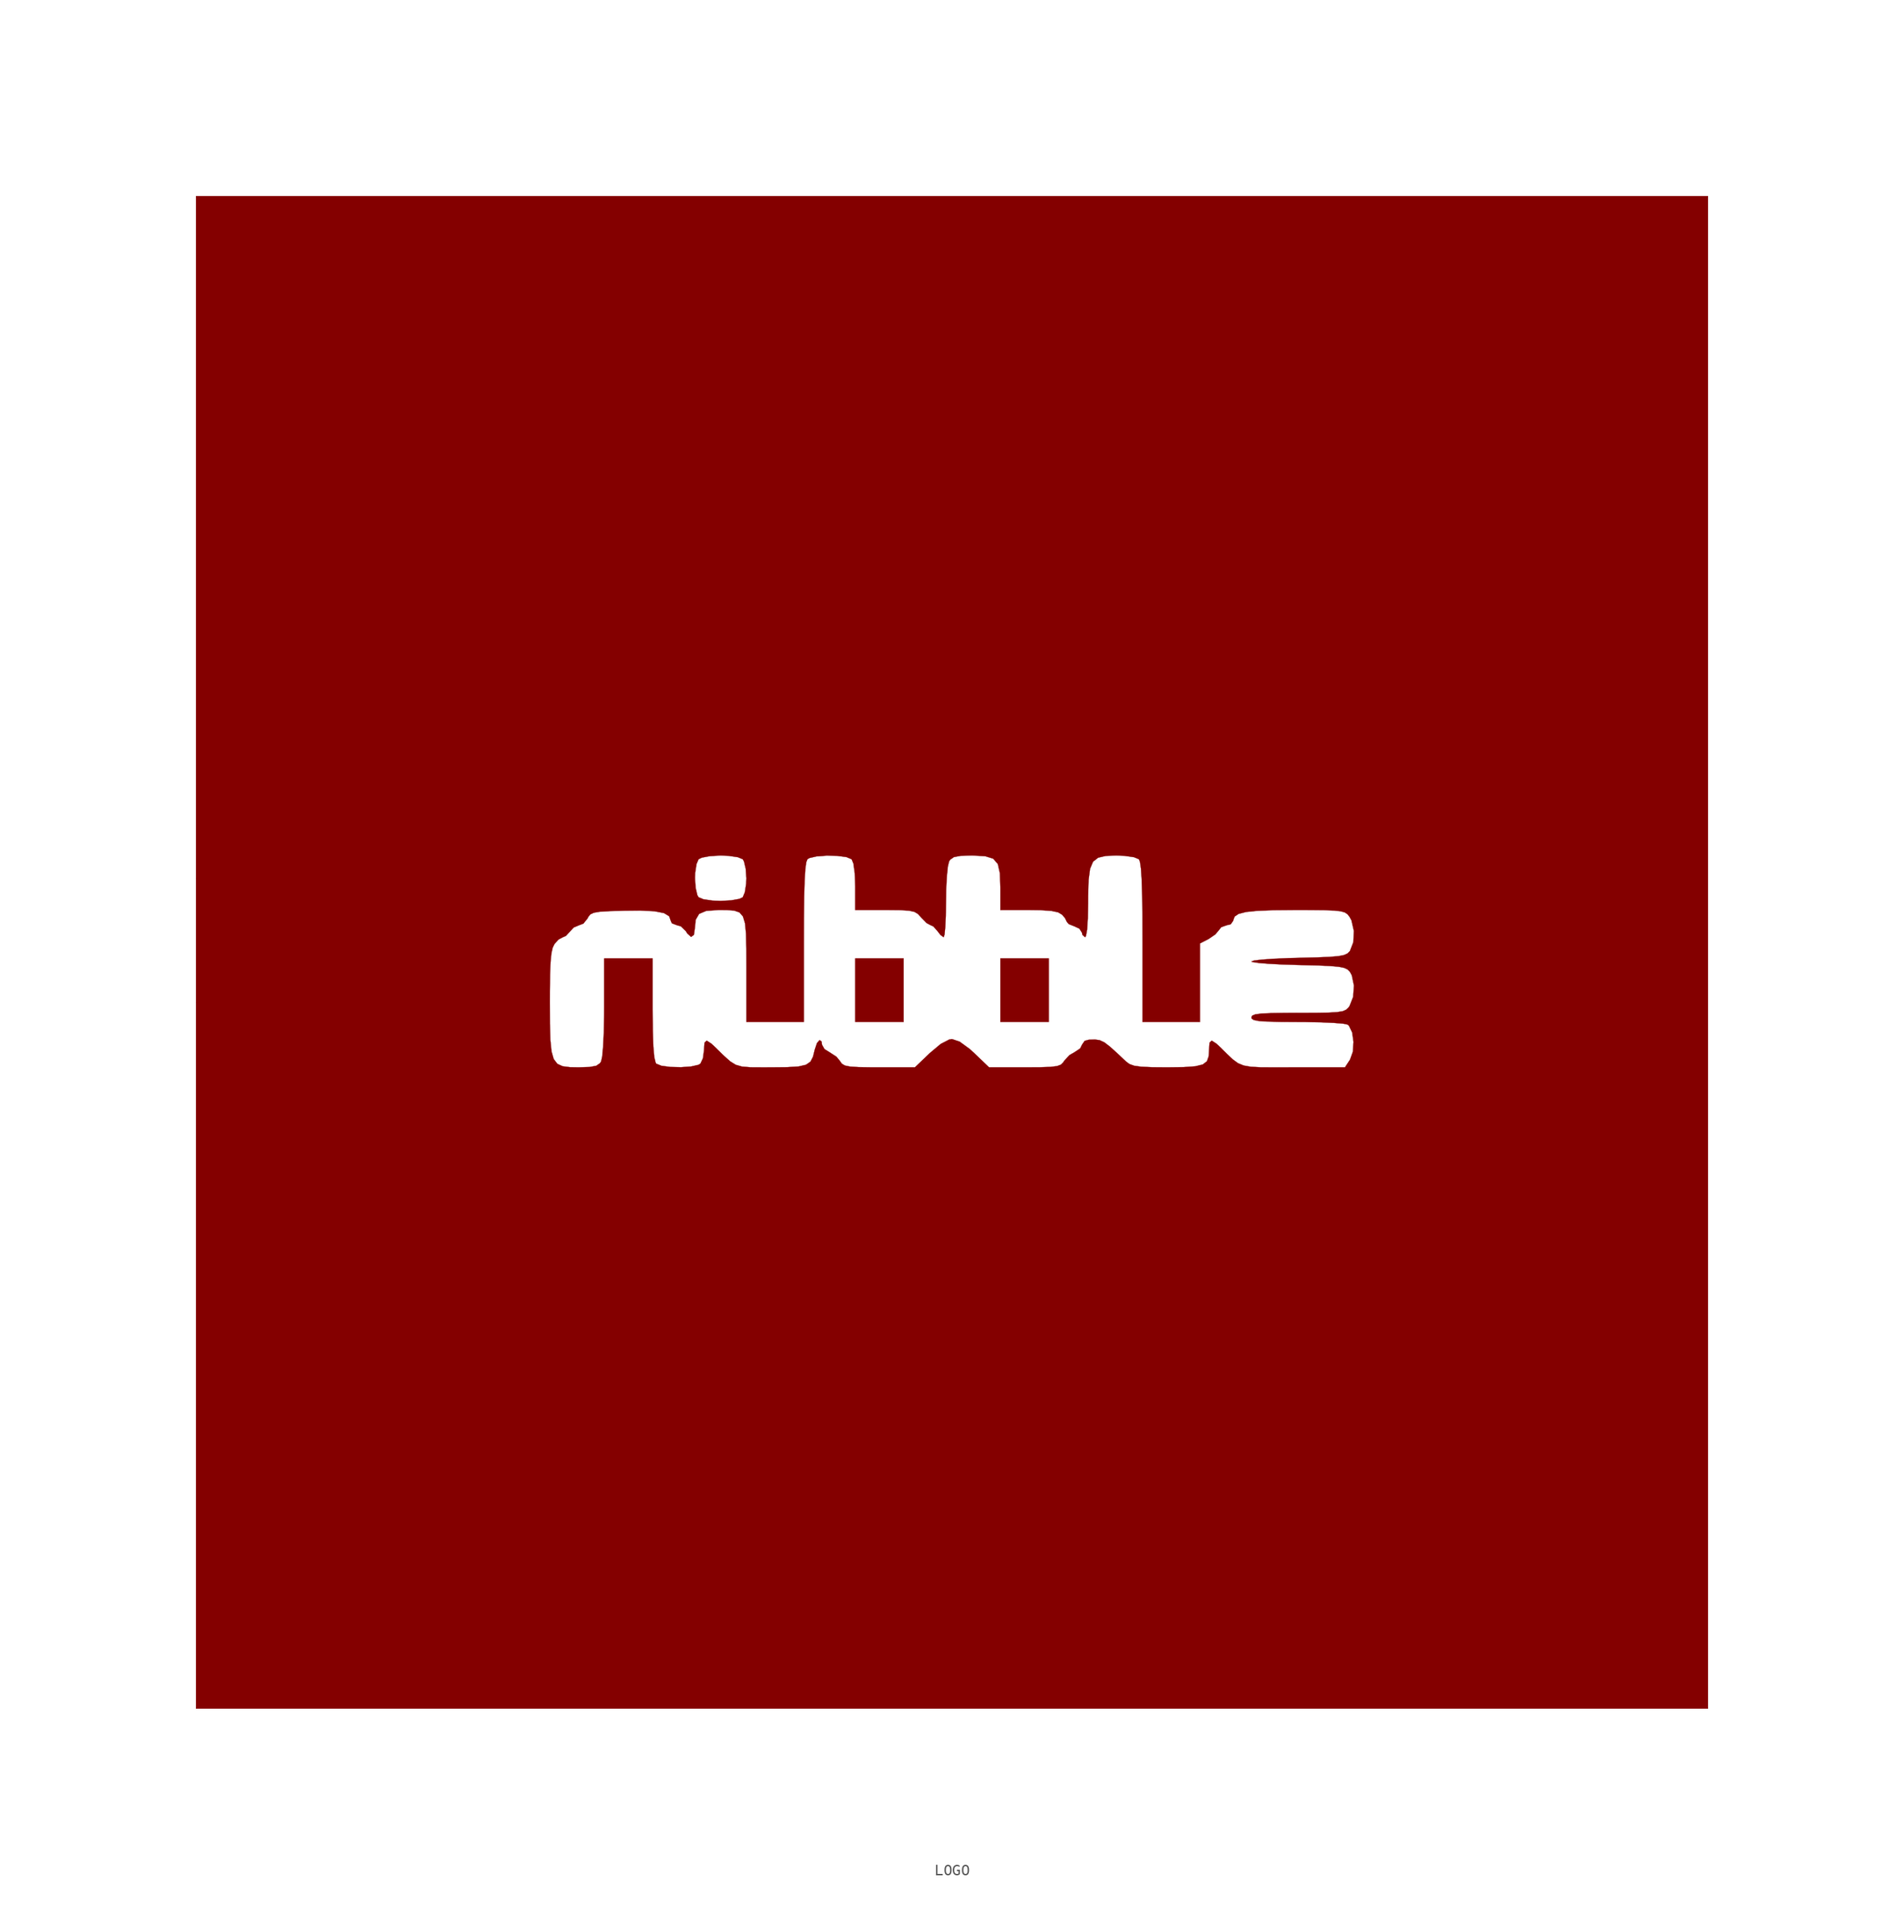
<source format=kicad_sym>
(kicad_symbol_lib
  (version 20220914)
  (generator bitmap2component)
  (symbol "LOGO"
    (pin_names
      (offset 1.016))
    (property "Reference" "#G"
      (at 0 66.918 0)
      (effects (font (size 1.27 1.27)) hide))
    (symbol "LOGO_0_0"
      (polyline (pts (xy 67.553 0) (xy 67.553 67.553) (xy 0 67.553) (xy -67.553 67.553) (xy -67.553 6.62) (xy -22.968 6.62) (xy -22.948 7.11) (xy -22.831 7.879) (xy -22.644 8.322) (xy -22.348 8.462) (xy -21.62 8.596) (xy -20.671 8.647) (xy -19.931 8.616) (xy -19.135 8.499) (xy -18.699 8.322) (xy -18.588 8.129) (xy -18.435 7.478) (xy -18.374 6.62) (xy -18.394 6.13) (xy -18.511 5.361) (xy -18.699 4.918) (xy -18.994 4.778) (xy -19.722 4.645) (xy -20.671 4.594) (xy -21.412 4.624) (xy -22.207 4.741) (xy -22.644 4.918) (xy -22.754 5.112) (xy -22.908 5.763) (xy -22.968 6.62) (xy -67.553 6.62) (xy -67.553 0) (xy -67.553 -4.459) (xy -35.938 -4.459) (xy -35.936 -3.472) (xy -35.916 -1.95) (xy -35.871 -0.847) (xy -35.794 -0.083) (xy -35.678 0.423) (xy -35.518 0.75) (xy -35.155 1.15) (xy -34.772 1.351) (xy -34.498 1.468) (xy -34.109 1.891) (xy -33.804 2.221) (xy -33.298 2.432) (xy -32.937 2.57) (xy -32.557 3.04) (xy -32.496 3.167) (xy -32.319 3.392) (xy -32.008 3.539) (xy -31.46 3.63) (xy -30.574 3.684) (xy -29.249 3.724) (xy -27.865 3.737) (xy -26.585 3.672) (xy -25.74 3.507) (xy -25.273 3.23) (xy -25.13 2.828) (xy -25.032 2.599) (xy -24.599 2.432) (xy -24.224 2.324) (xy -23.779 1.891) (xy -23.663 1.696) (xy -23.312 1.377) (xy -23.063 1.566) (xy -22.968 2.243) (xy -22.905 2.904) (xy -22.597 3.437) (xy -21.95 3.708) (xy -20.87 3.783) (xy -20.125 3.78) (xy -19.46 3.731) (xy -18.99 3.565) (xy -18.679 3.21) (xy -18.496 2.598) (xy -18.406 1.656) (xy -18.377 0.315) (xy -18.374 -1.496) (xy -18.374 -6.215) (xy -15.807 -6.215) (xy -13.24 -6.215) (xy -13.24 0.892) (xy -13.234 3.05) (xy -13.211 4.957) (xy -13.169 6.399) (xy -13.107 7.414) (xy -13.024 8.042) (xy -12.916 8.322) (xy -12.745 8.425) (xy -12.091 8.573) (xy -11.192 8.637) (xy -10.242 8.617) (xy -9.437 8.512) (xy -8.971 8.322) (xy -8.809 7.929) (xy -8.69 7.077) (xy -8.647 5.891) (xy -8.647 3.783) (xy -5.964 3.783) (xy -5.779 3.783) (xy -4.604 3.772) (xy -3.833 3.724) (xy -3.348 3.614) (xy -3.027 3.417) (xy -2.75 3.107) (xy -2.74 3.094) (xy -2.283 2.626) (xy -1.922 2.432) (xy -1.665 2.315) (xy -1.288 1.891) (xy -1.032 1.554) (xy -0.746 1.351) (xy -0.669 1.58) (xy -0.602 2.248) (xy -0.557 3.249) (xy -0.54 4.476) (xy -0.522 5.617) (xy -0.463 6.774) (xy -0.372 7.654) (xy -0.261 8.124) (xy -0.156 8.284) (xy 0.171 8.51) (xy 0.759 8.619) (xy 1.747 8.647) (xy 1.838 8.647) (xy 2.957 8.591) (xy 3.681 8.37) (xy 4.094 7.892) (xy 4.28 7.063) (xy 4.323 5.79) (xy 4.323 3.783) (xy 6.871 3.783) (xy 7.904 3.77) (xy 8.876 3.705) (xy 9.488 3.573) (xy 9.844 3.358) (xy 10.097 3.061) (xy 10.268 2.712) (xy 10.438 2.523) (xy 10.944 2.321) (xy 11.389 2.11) (xy 11.619 1.751) (xy 11.649 1.569) (xy 11.889 1.351) (xy 11.971 1.461) (xy 12.072 2.033) (xy 12.137 3.034) (xy 12.16 4.398) (xy 12.162 5.053) (xy 12.204 6.475) (xy 12.336 7.465) (xy 12.604 8.098) (xy 13.055 8.455) (xy 13.734 8.612) (xy 14.688 8.647) (xy 15.456 8.616) (xy 16.261 8.499) (xy 16.699 8.322) (xy 16.797 8.083) (xy 16.883 7.49) (xy 16.947 6.513) (xy 16.991 5.114) (xy 17.015 3.253) (xy 17.023 0.892) (xy 17.023 -6.215) (xy 19.59 -6.215) (xy 22.157 -6.215) (xy 22.157 -2.709) (xy 22.157 0.797) (xy 22.935 1.199) (xy 22.939 1.201) (xy 23.533 1.606) (xy 23.873 2.017) (xy 24.059 2.251) (xy 24.581 2.432) (xy 24.904 2.509) (xy 25.13 2.828) (xy 25.132 2.884) (xy 25.256 3.202) (xy 25.616 3.439) (xy 26.274 3.606) (xy 27.289 3.711) (xy 28.723 3.767) (xy 30.636 3.783) (xy 31.954 3.781) (xy 33.244 3.769) (xy 34.144 3.735) (xy 34.736 3.67) (xy 35.107 3.563) (xy 35.339 3.404) (xy 35.518 3.182) (xy 35.693 2.858) (xy 35.91 1.918) (xy 35.865 0.916) (xy 35.555 0.119) (xy 35.538 0.096) (xy 35.339 -0.099) (xy 35.029 -0.24) (xy 34.523 -0.339) (xy 33.733 -0.406) (xy 32.575 -0.453) (xy 30.962 -0.492) (xy 30.097 -0.515) (xy 28.771 -0.571) (xy 27.71 -0.644) (xy 27.006 -0.726) (xy 26.751 -0.811) (xy 26.841 -0.86) (xy 27.37 -0.944) (xy 28.295 -1.022) (xy 29.522 -1.086) (xy 30.962 -1.129) (xy 31.145 -1.133) (xy 32.709 -1.172) (xy 33.827 -1.221) (xy 34.584 -1.291) (xy 35.068 -1.393) (xy 35.363 -1.539) (xy 35.555 -1.74) (xy 35.723 -2.046) (xy 35.917 -2.965) (xy 35.847 -3.973) (xy 35.518 -4.804) (xy 35.424 -4.93) (xy 35.221 -5.123) (xy 34.916 -5.255) (xy 34.422 -5.337) (xy 33.65 -5.382) (xy 32.513 -5.401) (xy 30.924 -5.404) (xy 29.803 -5.407) (xy 28.506 -5.426) (xy 27.627 -5.468) (xy 27.091 -5.542) (xy 26.824 -5.653) (xy 26.751 -5.81) (xy 26.777 -5.913) (xy 26.963 -6.041) (xy 27.39 -6.129) (xy 28.135 -6.183) (xy 29.27 -6.21) (xy 30.872 -6.219) (xy 31.607 -6.223) (xy 32.991 -6.252) (xy 34.145 -6.303) (xy 34.966 -6.371) (xy 35.351 -6.45) (xy 35.468 -6.552) (xy 35.757 -7.154) (xy 35.878 -8.001) (xy 35.817 -8.882) (xy 35.562 -9.587) (xy 35.115 -10.268) (xy 30.47 -10.268) (xy 28.81 -10.272) (xy 27.583 -10.265) (xy 26.698 -10.219) (xy 26.057 -10.107) (xy 25.559 -9.902) (xy 25.105 -9.574) (xy 24.598 -9.098) (xy 23.936 -8.444) (xy 23.624 -8.153) (xy 23.207 -7.884) (xy 23.015 -8.068) (xy 22.968 -8.728) (xy 22.936 -9.284) (xy 22.777 -9.729) (xy 22.407 -10.015) (xy 21.743 -10.178) (xy 20.704 -10.251) (xy 19.208 -10.268) (xy 17.864 -10.258) (xy 16.904 -10.216) (xy 16.27 -10.127) (xy 15.854 -9.976) (xy 15.547 -9.747) (xy 14.842 -9.081) (xy 14.12 -8.426) (xy 13.606 -8.034) (xy 13.191 -7.842) (xy 12.767 -7.786) (xy 12.227 -7.804) (xy 11.851 -7.906) (xy 11.619 -8.248) (xy 11.456 -8.581) (xy 10.96 -8.911) (xy 10.486 -9.187) (xy 10.005 -9.715) (xy 9.936 -9.831) (xy 9.737 -10.03) (xy 9.394 -10.158) (xy 8.807 -10.23) (xy 7.879 -10.261) (xy 6.51 -10.268) (xy 3.31 -10.268) (xy 1.994 -9.007) (xy 1.585 -8.633) (xy 0.679 -7.973) (xy 0 -7.746) (xy -0.238 -7.782) (xy -1.013 -8.184) (xy -1.994 -9.007) (xy -3.31 -10.268) (xy -6.509 -10.268) (xy -7.183 -10.267) (xy -8.343 -10.251) (xy -9.106 -10.203) (xy -9.571 -10.109) (xy -9.838 -9.951) (xy -10.005 -9.715) (xy -10.332 -9.317) (xy -10.96 -8.911) (xy -11.393 -8.644) (xy -11.619 -8.248) (xy -11.655 -7.96) (xy -11.831 -7.838) (xy -12.066 -8.103) (xy -12.262 -8.689) (xy -12.416 -9.319) (xy -12.646 -9.762) (xy -13.043 -10.04) (xy -13.7 -10.192) (xy -14.711 -10.255) (xy -16.169 -10.268) (xy -16.896 -10.27) (xy -17.996 -10.264) (xy -18.762 -10.204) (xy -19.328 -10.042) (xy -19.83 -9.728) (xy -20.406 -9.211) (xy -21.19 -8.444) (xy -21.501 -8.153) (xy -21.918 -7.884) (xy -22.111 -8.068) (xy -22.157 -8.728) (xy -22.157 -8.748) (xy -22.255 -9.462) (xy -22.482 -9.944) (xy -22.652 -10.046) (xy -23.307 -10.194) (xy -24.206 -10.258) (xy -25.156 -10.238) (xy -25.961 -10.133) (xy -26.427 -9.944) (xy -26.479 -9.864) (xy -26.602 -9.36) (xy -26.686 -8.416) (xy -26.735 -7.001) (xy -26.751 -5.08) (xy -26.751 -0.54) (xy -28.913 -0.54) (xy -31.074 -0.54) (xy -31.074 -4.882) (xy -31.078 -5.635) (xy -31.11 -7.141) (xy -31.171 -8.391) (xy -31.254 -9.291) (xy -31.354 -9.745) (xy -31.46 -9.908) (xy -31.788 -10.132) (xy -32.377 -10.24) (xy -33.365 -10.268) (xy -34.134 -10.256) (xy -34.791 -10.175) (xy -35.266 -9.957) (xy -35.587 -9.534) (xy -35.786 -8.841) (xy -35.89 -7.808) (xy -35.931 -6.37) (xy -35.938 -4.459) (xy -67.553 -4.459) (xy -67.553 -67.553) (xy 0 -67.553) (xy 67.553 -67.553) (xy 67.553 0)) (stroke (width 0.01) (type default)) (fill (type outline)))
      (polyline (pts (xy -4.323 -3.378) (xy -4.323 -0.54) (xy -6.485 -0.54) (xy -8.647 -0.54) (xy -8.647 -3.378) (xy -8.647 -6.215) (xy -6.485 -6.215) (xy -4.323 -6.215) (xy -4.323 -3.378)) (stroke (width 0.01) (type default)) (fill (type outline)))
      (polyline (pts (xy 8.647 -3.378) (xy 8.647 -0.54) (xy 6.485 -0.54) (xy 4.323 -0.54) (xy 4.323 -3.378) (xy 4.323 -6.215) (xy 6.485 -6.215) (xy 8.647 -6.215) (xy 8.647 -3.378)) (stroke (width 0.01) (type default)) (fill (type outline))))))
</source>
